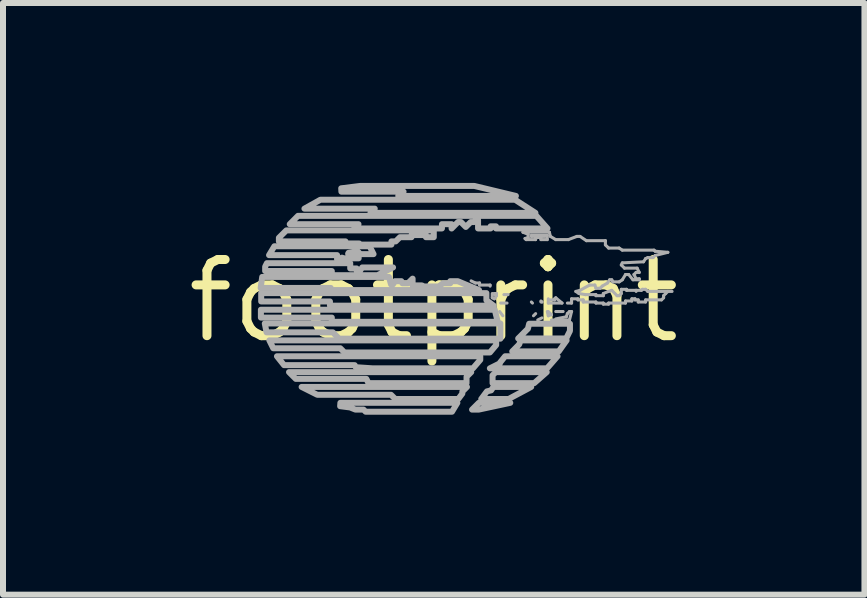
<source format=kicad_pcb>
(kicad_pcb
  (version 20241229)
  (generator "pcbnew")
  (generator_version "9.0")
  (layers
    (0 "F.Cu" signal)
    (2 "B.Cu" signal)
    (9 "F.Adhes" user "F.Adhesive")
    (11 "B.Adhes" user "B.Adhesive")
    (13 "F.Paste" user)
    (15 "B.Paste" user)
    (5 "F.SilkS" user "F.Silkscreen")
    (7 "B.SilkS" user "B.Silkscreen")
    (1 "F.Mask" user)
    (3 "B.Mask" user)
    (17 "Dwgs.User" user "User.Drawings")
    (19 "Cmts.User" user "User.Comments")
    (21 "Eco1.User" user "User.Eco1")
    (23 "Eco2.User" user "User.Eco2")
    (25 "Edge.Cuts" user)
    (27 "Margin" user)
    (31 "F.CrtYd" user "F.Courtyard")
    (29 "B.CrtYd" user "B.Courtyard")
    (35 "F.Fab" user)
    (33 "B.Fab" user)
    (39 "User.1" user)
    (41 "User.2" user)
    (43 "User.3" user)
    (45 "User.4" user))
  (footprint "footprint"
    (layer "F.Cu")
    (at 4.18 1.966)
    (property "Reference" "footprint" (at 0 0 0) (layer "F.SilkS") (effects (font (size 1.27 1.27) (thickness 0.15))))
    (fp_line (start 0.694 -0.299) (end 0.623 -0.334) (stroke (width 0.051) (type solid)) (layer "F.Fab"))
    (fp_line (start 0.764 -0.299) (end 0.694 -0.299) (stroke (width 0.051) (type solid)) (layer "F.Fab"))
    (fp_line (start 0.764 -0.264) (end 0.764 -0.299) (stroke (width 0.051) (type solid)) (layer "F.Fab"))
    (fp_line (start 0.94 -0.264) (end 0.764 -0.264) (stroke (width 0.051) (type solid)) (layer "F.Fab"))
    (fp_line (start 0.94 -0.246) (end 0.94 -0.264) (stroke (width 0.051) (type solid)) (layer "F.Fab"))
    (fp_line (start 0.976 -0.123) (end 0.976 -0.052) (stroke (width 0.051) (type solid)) (layer "F.Fab"))
    (fp_line (start 0.976 -0.052) (end 1.011 -0.035) (stroke (width 0.051) (type solid)) (layer "F.Fab"))
    (fp_line (start 1.011 -0.123) (end 1.011 -0.105) (stroke (width 0.051) (type solid)) (layer "F.Fab"))
    (fp_line (start 1.011 -0.035) (end 1.046 -0.087) (stroke (width 0.051) (type solid)) (layer "F.Fab"))
    (fp_line (start 1.046 -0.123) (end 1.011 -0.123) (stroke (width 0.051) (type solid)) (layer "F.Fab"))
    (fp_line (start 1.046 -0.087) (end 1.046 -0.123) (stroke (width 0.051) (type solid)) (layer "F.Fab"))
    (fp_line (start 1.099 0.177) (end 1.152 0.248) (stroke (width 0.051) (type solid)) (layer "F.Fab"))
    (fp_line (start 1.117 0.036) (end 1.222 0.036) (stroke (width 0.051) (type solid)) (layer "F.Fab"))
    (fp_line (start 1.17 -0.105) (end 1.24 -0.105) (stroke (width 0.051) (type solid)) (layer "F.Fab"))
    (fp_line (start 1.487 -1.145) (end 1.575 -1.11) (stroke (width 0.051) (type solid)) (layer "F.Fab"))
    (fp_line (start 1.522 -1.04) (end 1.54 -1.022) (stroke (width 0.051) (type solid)) (layer "F.Fab"))
    (fp_line (start 1.54 -1.022) (end 1.699 -1.022) (stroke (width 0.051) (type solid)) (layer "F.Fab"))
    (fp_line (start 1.575 -1.11) (end 1.575 -1.057) (stroke (width 0.051) (type solid)) (layer "F.Fab"))
    (fp_line (start 1.575 -1.057) (end 1.522 -1.04) (stroke (width 0.051) (type solid)) (layer "F.Fab"))
    (fp_line (start 1.628 -1.092) (end 1.628 -1.075) (stroke (width 0.051) (type solid)) (layer "F.Fab"))
    (fp_line (start 1.628 -1.075) (end 1.857 -1.075) (stroke (width 0.051) (type solid)) (layer "F.Fab"))
    (fp_line (start 1.628 0.018) (end 1.646 0.036) (stroke (width 0.051) (type solid)) (layer "F.Fab"))
    (fp_line (start 1.699 -1.057) (end 1.787 -1.057) (stroke (width 0.051) (type solid)) (layer "F.Fab"))
    (fp_line (start 1.699 -1.022) (end 1.699 -1.057) (stroke (width 0.051) (type solid)) (layer "F.Fab"))
    (fp_line (start 1.699 0.212) (end 1.663 0.248) (stroke (width 0.051) (type solid)) (layer "F.Fab"))
    (fp_line (start 1.734 0.318) (end 1.804 0.283) (stroke (width 0.051) (type solid)) (layer "F.Fab"))
    (fp_line (start 1.787 -1.057) (end 1.787 -1.022) (stroke (width 0.051) (type solid)) (layer "F.Fab"))
    (fp_line (start 1.787 -1.022) (end 1.893 -1.022) (stroke (width 0.051) (type solid)) (layer "F.Fab"))
    (fp_line (start 1.787 0.001) (end 1.804 0.018) (stroke (width 0.051) (type solid)) (layer "F.Fab"))
    (fp_line (start 1.804 0.018) (end 1.787 0.018) (stroke (width 0.051) (type solid)) (layer "F.Fab"))
    (fp_line (start 1.893 -1.092) (end 1.628 -1.092) (stroke (width 0.051) (type solid)) (layer "F.Fab"))
    (fp_line (start 1.893 -1.022) (end 1.893 -1.092) (stroke (width 0.051) (type solid)) (layer "F.Fab"))
    (fp_line (start 1.893 0.177) (end 1.91 0.248) (stroke (width 0.051) (type solid)) (layer "F.Fab"))
    (fp_line (start 1.91 -0.035) (end 1.91 0.036) (stroke (width 0.051) (type solid)) (layer "F.Fab"))
    (fp_line (start 1.91 0.036) (end 2.139 0.036) (stroke (width 0.051) (type solid)) (layer "F.Fab"))
    (fp_line (start 1.91 0.248) (end 1.963 0.23) (stroke (width 0.051) (type solid)) (layer "F.Fab"))
    (fp_line (start 1.928 -1.145) (end 1.487 -1.145) (stroke (width 0.051) (type solid)) (layer "F.Fab"))
    (fp_line (start 1.945 -1.075) (end 1.928 -1.145) (stroke (width 0.051) (type solid)) (layer "F.Fab"))
    (fp_line (start 1.963 0.23) (end 1.91 0.177) (stroke (width 0.051) (type solid)) (layer "F.Fab"))
    (fp_line (start 1.963 0.318) (end 2.263 0.318) (stroke (width 0.051) (type solid)) (layer "F.Fab"))
    (fp_line (start 2.016 -0.035) (end 2.016 -0.017) (stroke (width 0.051) (type solid)) (layer "F.Fab"))
    (fp_line (start 2.016 -0.017) (end 1.945 -0.017) (stroke (width 0.051) (type solid)) (layer "F.Fab"))
    (fp_line (start 2.034 -1.022) (end 1.945 -1.075) (stroke (width 0.051) (type solid)) (layer "F.Fab"))
    (fp_line (start 2.034 -0.052) (end 2.016 -0.035) (stroke (width 0.051) (type solid)) (layer "F.Fab"))
    (fp_line (start 2.034 0.177) (end 2.157 0.177) (stroke (width 0.051) (type solid)) (layer "F.Fab"))
    (fp_line (start 2.139 0.036) (end 2.034 -0.052) (stroke (width 0.051) (type solid)) (layer "F.Fab"))
    (fp_line (start 2.21 0.265) (end 2.034 0.3) (stroke (width 0.051) (type solid)) (layer "F.Fab"))
    (fp_line (start 2.228 0.036) (end 2.298 0.036) (stroke (width 0.051) (type solid)) (layer "F.Fab"))
    (fp_line (start 2.228 0.212) (end 2.21 0.265) (stroke (width 0.051) (type solid)) (layer "F.Fab"))
    (fp_line (start 2.245 -1.022) (end 2.034 -1.022) (stroke (width 0.051) (type solid)) (layer "F.Fab"))
    (fp_line (start 2.263 0.177) (end 2.228 0.212) (stroke (width 0.051) (type solid)) (layer "F.Fab"))
    (fp_line (start 2.263 0.318) (end 2.298 0.177) (stroke (width 0.051) (type solid)) (layer "F.Fab"))
    (fp_line (start 2.298 -0.035) (end 2.404 -0.035) (stroke (width 0.051) (type solid)) (layer "F.Fab"))
    (fp_line (start 2.298 0.036) (end 2.298 -0.035) (stroke (width 0.051) (type solid)) (layer "F.Fab"))
    (fp_line (start 2.298 0.177) (end 2.263 0.177) (stroke (width 0.051) (type solid)) (layer "F.Fab"))
    (fp_line (start 2.369 -0.158) (end 2.439 -0.176) (stroke (width 0.051) (type solid)) (layer "F.Fab"))
    (fp_line (start 2.386 -1.075) (end 2.245 -1.022) (stroke (width 0.051) (type solid)) (layer "F.Fab"))
    (fp_line (start 2.404 -0.035) (end 2.404 -0.017) (stroke (width 0.051) (type solid)) (layer "F.Fab"))
    (fp_line (start 2.404 -0.017) (end 2.492 -0.017) (stroke (width 0.051) (type solid)) (layer "F.Fab"))
    (fp_line (start 2.421 -0.123) (end 2.369 -0.158) (stroke (width 0.051) (type solid)) (layer "F.Fab"))
    (fp_line (start 2.439 -1.075) (end 2.386 -1.075) (stroke (width 0.051) (type solid)) (layer "F.Fab"))
    (fp_line (start 2.439 -0.176) (end 2.598 -0.264) (stroke (width 0.051) (type solid)) (layer "F.Fab"))
    (fp_line (start 2.492 -0.017) (end 2.492 0.018) (stroke (width 0.051) (type solid)) (layer "F.Fab"))
    (fp_line (start 2.492 0.018) (end 2.704 0.018) (stroke (width 0.051) (type solid)) (layer "F.Fab"))
    (fp_line (start 2.527 -0.105) (end 2.421 -0.123) (stroke (width 0.051) (type solid)) (layer "F.Fab"))
    (fp_line (start 2.545 -1.004) (end 2.439 -1.075) (stroke (width 0.051) (type solid)) (layer "F.Fab"))
    (fp_line (start 2.598 -0.264) (end 2.686 -0.264) (stroke (width 0.051) (type solid)) (layer "F.Fab"))
    (fp_line (start 2.686 -0.264) (end 2.704 -0.211) (stroke (width 0.051) (type solid)) (layer "F.Fab"))
    (fp_line (start 2.704 -0.211) (end 2.774 -0.211) (stroke (width 0.051) (type solid)) (layer "F.Fab"))
    (fp_line (start 2.704 -0.105) (end 2.527 -0.105) (stroke (width 0.051) (type solid)) (layer "F.Fab"))
    (fp_line (start 2.704 -0.087) (end 2.704 -0.105) (stroke (width 0.051) (type solid)) (layer "F.Fab"))
    (fp_line (start 2.704 0.018) (end 2.704 0.036) (stroke (width 0.051) (type solid)) (layer "F.Fab"))
    (fp_line (start 2.704 0.036) (end 2.827 0.036) (stroke (width 0.051) (type solid)) (layer "F.Fab"))
    (fp_line (start 2.774 -0.211) (end 2.809 -0.246) (stroke (width 0.051) (type solid)) (layer "F.Fab"))
    (fp_line (start 2.809 -0.246) (end 2.898 -0.299) (stroke (width 0.051) (type solid)) (layer "F.Fab"))
    (fp_line (start 2.827 -0.123) (end 2.827 -0.087) (stroke (width 0.051) (type solid)) (layer "F.Fab"))
    (fp_line (start 2.827 -0.087) (end 2.704 -0.087) (stroke (width 0.051) (type solid)) (layer "F.Fab"))
    (fp_line (start 2.827 0.036) (end 2.827 0.054) (stroke (width 0.051) (type solid)) (layer "F.Fab"))
    (fp_line (start 2.827 0.054) (end 2.915 0.054) (stroke (width 0.051) (type solid)) (layer "F.Fab"))
    (fp_line (start 2.862 -1.004) (end 2.545 -1.004) (stroke (width 0.051) (type solid)) (layer "F.Fab"))
    (fp_line (start 2.862 -0.934) (end 2.862 -1.004) (stroke (width 0.051) (type solid)) (layer "F.Fab"))
    (fp_line (start 2.898 -0.299) (end 2.933 -0.352) (stroke (width 0.051) (type solid)) (layer "F.Fab"))
    (fp_line (start 2.915 -0.881) (end 2.862 -0.934) (stroke (width 0.051) (type solid)) (layer "F.Fab"))
    (fp_line (start 2.915 -0.158) (end 2.827 -0.123) (stroke (width 0.051) (type solid)) (layer "F.Fab"))
    (fp_line (start 2.915 0.036) (end 3.197 0.036) (stroke (width 0.051) (type solid)) (layer "F.Fab"))
    (fp_line (start 2.915 0.054) (end 2.915 0.036) (stroke (width 0.051) (type solid)) (layer "F.Fab"))
    (fp_line (start 2.933 -0.352) (end 2.968 -0.352) (stroke (width 0.051) (type solid)) (layer "F.Fab"))
    (fp_line (start 2.968 -0.352) (end 2.986 -0.317) (stroke (width 0.051) (type solid)) (layer "F.Fab"))
    (fp_line (start 2.968 -0.176) (end 2.915 -0.158) (stroke (width 0.051) (type solid)) (layer "F.Fab"))
    (fp_line (start 2.986 -0.317) (end 3.091 -0.317) (stroke (width 0.051) (type solid)) (layer "F.Fab"))
    (fp_line (start 3.056 -0.087) (end 2.968 -0.176) (stroke (width 0.051) (type solid)) (layer "F.Fab"))
    (fp_line (start 3.091 -0.881) (end 2.915 -0.881) (stroke (width 0.051) (type solid)) (layer "F.Fab"))
    (fp_line (start 3.091 -0.317) (end 3.144 -0.352) (stroke (width 0.051) (type solid)) (layer "F.Fab"))
    (fp_line (start 3.091 -0.087) (end 3.056 -0.087) (stroke (width 0.051) (type solid)) (layer "F.Fab"))
    (fp_line (start 3.127 -0.599) (end 3.144 -0.634) (stroke (width 0.051) (type solid)) (layer "F.Fab"))
    (fp_line (start 3.127 -0.193) (end 3.127 -0.123) (stroke (width 0.051) (type solid)) (layer "F.Fab"))
    (fp_line (start 3.127 -0.123) (end 3.091 -0.087) (stroke (width 0.051) (type solid)) (layer "F.Fab"))
    (fp_line (start 3.144 -0.846) (end 3.091 -0.881) (stroke (width 0.051) (type solid)) (layer "F.Fab"))
    (fp_line (start 3.144 -0.634) (end 3.497 -0.652) (stroke (width 0.051) (type solid)) (layer "F.Fab"))
    (fp_line (start 3.144 -0.352) (end 3.197 -0.44) (stroke (width 0.051) (type solid)) (layer "F.Fab"))
    (fp_line (start 3.18 -0.546) (end 3.127 -0.599) (stroke (width 0.051) (type solid)) (layer "F.Fab"))
    (fp_line (start 3.197 -0.44) (end 3.25 -0.44) (stroke (width 0.051) (type solid)) (layer "F.Fab"))
    (fp_line (start 3.197 0.001) (end 3.303 0.001) (stroke (width 0.051) (type solid)) (layer "F.Fab"))
    (fp_line (start 3.197 0.036) (end 3.197 0.001) (stroke (width 0.051) (type solid)) (layer "F.Fab"))
    (fp_line (start 3.215 -0.193) (end 3.127 -0.193) (stroke (width 0.051) (type solid)) (layer "F.Fab"))
    (fp_line (start 3.215 -0.176) (end 3.215 -0.193) (stroke (width 0.051) (type solid)) (layer "F.Fab"))
    (fp_line (start 3.25 -0.44) (end 3.321 -0.352) (stroke (width 0.051) (type solid)) (layer "F.Fab"))
    (fp_line (start 3.303 -0.035) (end 3.356 -0.035) (stroke (width 0.051) (type solid)) (layer "F.Fab"))
    (fp_line (start 3.303 0.001) (end 3.303 -0.035) (stroke (width 0.051) (type solid)) (layer "F.Fab"))
    (fp_line (start 3.321 -0.352) (end 3.426 -0.352) (stroke (width 0.051) (type solid)) (layer "F.Fab"))
    (fp_line (start 3.338 -0.44) (end 3.374 -0.475) (stroke (width 0.051) (type solid)) (layer "F.Fab"))
    (fp_line (start 3.356 -0.035) (end 3.356 -0.017) (stroke (width 0.051) (type solid)) (layer "F.Fab"))
    (fp_line (start 3.356 -0.017) (end 3.409 -0.017) (stroke (width 0.051) (type solid)) (layer "F.Fab"))
    (fp_line (start 3.374 -0.475) (end 3.426 -0.475) (stroke (width 0.051) (type solid)) (layer "F.Fab"))
    (fp_line (start 3.374 -0.369) (end 3.338 -0.44) (stroke (width 0.051) (type solid)) (layer "F.Fab"))
    (fp_line (start 3.374 -0.176) (end 3.215 -0.176) (stroke (width 0.051) (type solid)) (layer "F.Fab"))
    (fp_line (start 3.374 -0.158) (end 3.374 -0.176) (stroke (width 0.051) (type solid)) (layer "F.Fab"))
    (fp_line (start 3.391 -0.546) (end 3.18 -0.546) (stroke (width 0.051) (type solid)) (layer "F.Fab"))
    (fp_line (start 3.409 -0.017) (end 3.409 0.018) (stroke (width 0.051) (type solid)) (layer "F.Fab"))
    (fp_line (start 3.409 0.018) (end 3.532 0.018) (stroke (width 0.051) (type solid)) (layer "F.Fab"))
    (fp_line (start 3.426 -0.475) (end 3.391 -0.546) (stroke (width 0.051) (type solid)) (layer "F.Fab"))
    (fp_line (start 3.426 -0.369) (end 3.374 -0.369) (stroke (width 0.051) (type solid)) (layer "F.Fab"))
    (fp_line (start 3.426 -0.352) (end 3.426 -0.369) (stroke (width 0.051) (type solid)) (layer "F.Fab"))
    (fp_line (start 3.462 -0.176) (end 3.374 -0.176) (stroke (width 0.051) (type solid)) (layer "F.Fab"))
    (fp_line (start 3.479 -0.193) (end 3.462 -0.176) (stroke (width 0.051) (type solid)) (layer "F.Fab"))
    (fp_line (start 3.497 -0.652) (end 3.532 -0.705) (stroke (width 0.051) (type solid)) (layer "F.Fab"))
    (fp_line (start 3.532 -0.705) (end 3.568 -0.722) (stroke (width 0.051) (type solid)) (layer "F.Fab"))
    (fp_line (start 3.532 -0.193) (end 3.479 -0.193) (stroke (width 0.051) (type solid)) (layer "F.Fab"))
    (fp_line (start 3.532 -0.017) (end 3.797 -0.017) (stroke (width 0.051) (type solid)) (layer "F.Fab"))
    (fp_line (start 3.532 0.018) (end 3.532 -0.017) (stroke (width 0.051) (type solid)) (layer "F.Fab"))
    (fp_line (start 3.568 -0.722) (end 3.656 -0.722) (stroke (width 0.051) (type solid)) (layer "F.Fab"))
    (fp_line (start 3.568 -0.158) (end 3.532 -0.193) (stroke (width 0.051) (type solid)) (layer "F.Fab"))
    (fp_line (start 3.656 -0.722) (end 3.691 -0.757) (stroke (width 0.051) (type solid)) (layer "F.Fab"))
    (fp_line (start 3.673 -0.846) (end 3.144 -0.846) (stroke (width 0.051) (type solid)) (layer "F.Fab"))
    (fp_line (start 3.691 -0.828) (end 3.673 -0.846) (stroke (width 0.051) (type solid)) (layer "F.Fab"))
    (fp_line (start 3.691 -0.757) (end 3.903 -0.81) (stroke (width 0.051) (type solid)) (layer "F.Fab"))
    (fp_line (start 3.797 -0.017) (end 3.832 -0.052) (stroke (width 0.051) (type solid)) (layer "F.Fab"))
    (fp_line (start 3.832 -0.087) (end 3.867 -0.123) (stroke (width 0.051) (type solid)) (layer "F.Fab"))
    (fp_line (start 3.832 -0.052) (end 3.832 -0.087) (stroke (width 0.051) (type solid)) (layer "F.Fab"))
    (fp_line (start 3.867 -0.123) (end 3.903 -0.158) (stroke (width 0.051) (type solid)) (layer "F.Fab"))
    (fp_line (start 3.903 -0.81) (end 3.691 -0.828) (stroke (width 0.051) (type solid)) (layer "F.Fab"))
    (fp_line (start 3.903 -0.158) (end 3.568 -0.158) (stroke (width 0.051) (type solid)) (layer "F.Fab"))
    (fp_line (start 3.903 -0.158) (end 3.973 -0.158) (stroke (width 0.051) (type solid)) (layer "F.Fab"))
    (fp_poly (pts (xy 0.75 1.812) (xy 0.639 1.812) (xy 0.752 1.699) (xy 1.276 1.699)) (stroke (width 0.1) (type solid)) (fill no) (layer "F.Fab"))
    (fp_poly (pts (xy 1.675 1.371) (xy 0.981 1.371) (xy 0.981 1.24) (xy 1.034 1.187) (xy 1.884 1.187)) (stroke (width 0.1) (type solid)) (fill no) (layer "F.Fab"))
    (fp_poly (pts (xy 2.084 0.842) (xy 1.309 0.842) (xy 1.425 0.725) (xy 1.448 0.658) (xy 2.215 0.658)) (stroke (width 0.1) (type solid)) (fill no) (layer "F.Fab"))
    (fp_poly (pts (xy 1.067 0.348) (xy -1.699 0.348) (xy -1.699 0.278) (xy -2.881 0.278) (xy -2.881 0.147) (xy 1.017 0.147)) (stroke (width 0.1) (type solid)) (fill no) (layer "F.Fab"))
    (fp_poly (pts (xy 1.248 1.635) (xy 0.792 1.635) (xy 0.887 1.508) (xy 0.957 1.491) (xy 0.995 1.434) (xy 1.625 1.434)) (stroke (width 0.1) (type solid)) (fill no) (layer "F.Fab"))
    (fp_poly (pts (xy 1.695 -1.468) (xy -1.054 -1.468) (xy -0.983 -1.538) (xy -2.155 -1.538) (xy -1.888 -1.687) (xy 1.355 -1.687)) (stroke (width 0.1) (type solid)) (fill no) (layer "F.Fab"))
    (fp_poly (pts (xy 1.889 1.124) (xy 0.936 1.124) (xy 1.104 1.04) (xy 1.104 1.03) (xy 1.19 0.923) (xy 2.064 0.923)) (stroke (width 0.1) (type solid)) (fill no) (layer "F.Fab"))
    (fp_poly (pts (xy 2.271 0.5) (xy 2.208 0.626) (xy 1.408 0.626) (xy 1.57 0.464) (xy 1.591 0.381) (xy 2.271 0.381)) (stroke (width 0.1) (type solid)) (fill no) (layer "F.Fab"))
    (fp_poly (pts (xy 0.547 1.265) (xy 0.547 1.371) (xy -1.088 1.371) (xy -1.123 1.3) (xy -2.299 1.3) (xy -2.412 1.187) (xy 0.625 1.187)) (stroke (width 0.1) (type solid)) (fill no) (layer "F.Fab"))
    (fp_poly (pts (xy 0.878 -0.012) (xy 0.999 0.079) (xy -1.73 0.079) (xy -1.73 0.009) (xy -2.876 0.009) (xy -2.876 -0.13) (xy 0.878 -0.13)) (stroke (width 0.1) (type solid)) (fill no) (layer "F.Fab"))
    (fp_poly (pts (xy 1.041 0.735) (xy 0.937 0.859) (xy -1.488 0.859) (xy -1.558 0.789) (xy -2.675 0.789) (xy -2.74 0.658) (xy 1.041 0.658)) (stroke (width 0.1) (type solid)) (fill no) (layer "F.Fab"))
    (fp_poly (pts (xy 1.111 0.63) (xy -1.576 0.63) (xy -1.673 0.533) (xy -1.682 0.524) (xy -2.787 0.524) (xy -2.816 0.376) (xy 1.111 0.376)) (stroke (width 0.1) (type solid)) (fill no) (layer "F.Fab"))
    (fp_poly (pts (xy 1.37 -1.75) (xy -0.591 -1.75) (xy -0.503 -1.821) (xy -1.539 -1.821) (xy -1.542 -1.877) (xy -1.23 -1.916) (xy 0.679 -1.916)) (stroke (width 0.1) (type solid)) (fill no) (layer "F.Fab"))
    (fp_poly (pts (xy 0.305 1.847) (xy -1.135 1.847) (xy -1.17 1.812) (xy -1.305 1.812) (xy -1.395 1.776) (xy -1.56 1.755) (xy -1.556 1.699) (xy 0.394 1.699)) (stroke (width 0.1) (type solid)) (fill no) (layer "F.Fab"))
    (fp_poly (pts (xy 0.477 1.512) (xy 0.477 1.545) (xy 0.409 1.635) (xy -0.641 1.635) (xy -0.712 1.565) (xy -1.941 1.565) (xy -2.202 1.434) (xy 0.554 1.434)) (stroke (width 0.1) (type solid)) (fill no) (layer "F.Fab"))
    (fp_poly (pts (xy 0.776 0.982) (xy 0.654 1.124) (xy -1.018 1.124) (xy -1.3 1.105) (xy -1.317 1.071) (xy -2.495 1.071) (xy -2.613 0.923) (xy 0.776 0.923)) (stroke (width 0.1) (type solid)) (fill no) (layer "F.Fab"))
    (fp_poly (pts (xy -1.392 -0.541) (xy -1.286 -0.541) (xy -1.286 -0.505) (xy -1.227 -0.505) (xy -1.191 -0.558) (xy -0.678 -0.558) (xy -0.939 -0.428) (xy -1.699 -0.428) (xy -1.699 -0.498) (xy -2.81 -0.498) (xy -2.81 -0.571) (xy -2.781 -0.629) (xy -1.392 -0.629)) (stroke (width 0.1) (type solid)) (fill no) (layer "F.Fab"))
    (fp_poly (pts (xy -1.003 -0.78) (xy -1.223 -0.78) (xy -1.258 -0.816) (xy -1.314 -0.816) (xy -1.42 -0.801) (xy -1.427 -0.787) (xy -1.251 -0.787) (xy -1.251 -0.71) (xy -1.498 -0.71) (xy -1.53 -0.721) (xy -1.545 -0.692) (xy -1.611 -0.692) (xy -1.611 -0.763) (xy -2.745 -0.763) (xy -2.656 -0.911) (xy -1.069 -0.911)) (stroke (width 0.1) (type solid)) (fill no) (layer "F.Fab"))
    (fp_poly (pts (xy 0.001 -1.062) (xy -0.13 -1.062) (xy -0.13 -1.098) (xy -0.37 -1.098) (xy -0.37 -1.098) (xy -0.37 -1.062) (xy -0.563 -1.062) (xy -0.634 -0.992) (xy -0.705 -0.992) (xy -0.705 -0.992) (xy -0.705 -0.939) (xy -1.223 -0.939) (xy -1.241 -0.957) (xy -1.488 -0.957) (xy -1.471 -0.992) (xy -2.581 -0.992) (xy -2.581 -1.052) (xy -2.457 -1.175) (xy 0.001 -1.175)) (stroke (width 0.1) (type solid)) (fill no) (layer "F.Fab"))
    (fp_poly (pts (xy -0.712 -0.276) (xy -0.68 -0.276) (xy -0.645 -0.329) (xy -0.54 -0.329) (xy -0.522 -0.294) (xy -0.43 -0.294) (xy -0.352 -0.371) (xy -0.352 -0.259) (xy -0.199 -0.259) (xy -0.163 -0.241) (xy 0.084 -0.241) (xy 0.155 -0.294) (xy 0.276 -0.294) (xy 0.276 -0.329) (xy 0.4 -0.329) (xy 0.755 -0.181) (xy -1.717 -0.181) (xy -1.717 -0.216) (xy -2.885 -0.216) (xy -2.859 -0.4) (xy -0.747 -0.4)) (stroke (width 0.1) (type solid)) (fill no) (layer "F.Fab"))
    (fp_poly (pts (xy 1.896 -1.208) (xy 1.038 -1.208) (xy 1.038 -1.243) (xy 0.948 -1.243) (xy 0.948 -1.208) (xy 0.739 -1.208) (xy 0.739 -1.349) (xy 0.704 -1.349) (xy 0.669 -1.314) (xy 0.616 -1.314) (xy 0.535 -1.233) (xy 0.454 -1.314) (xy 0.404 -1.314) (xy 0.298 -1.207) (xy 0.298 -1.279) (xy 0.137 -1.279) (xy 0.137 -1.208) (xy -1.325 -1.208) (xy -1.254 -1.279) (xy -2.4 -1.279) (xy -2.262 -1.418) (xy 1.71 -1.418)) (stroke (width 0.1) (type solid)) (fill no) (layer "F.Fab")))
  (gr_rect
    (start -3 -3)
    (end 11.36 6.863)
    (stroke (width 0.1) (type default))
    (fill no)
    (layer "Edge.Cuts")))
</source>
